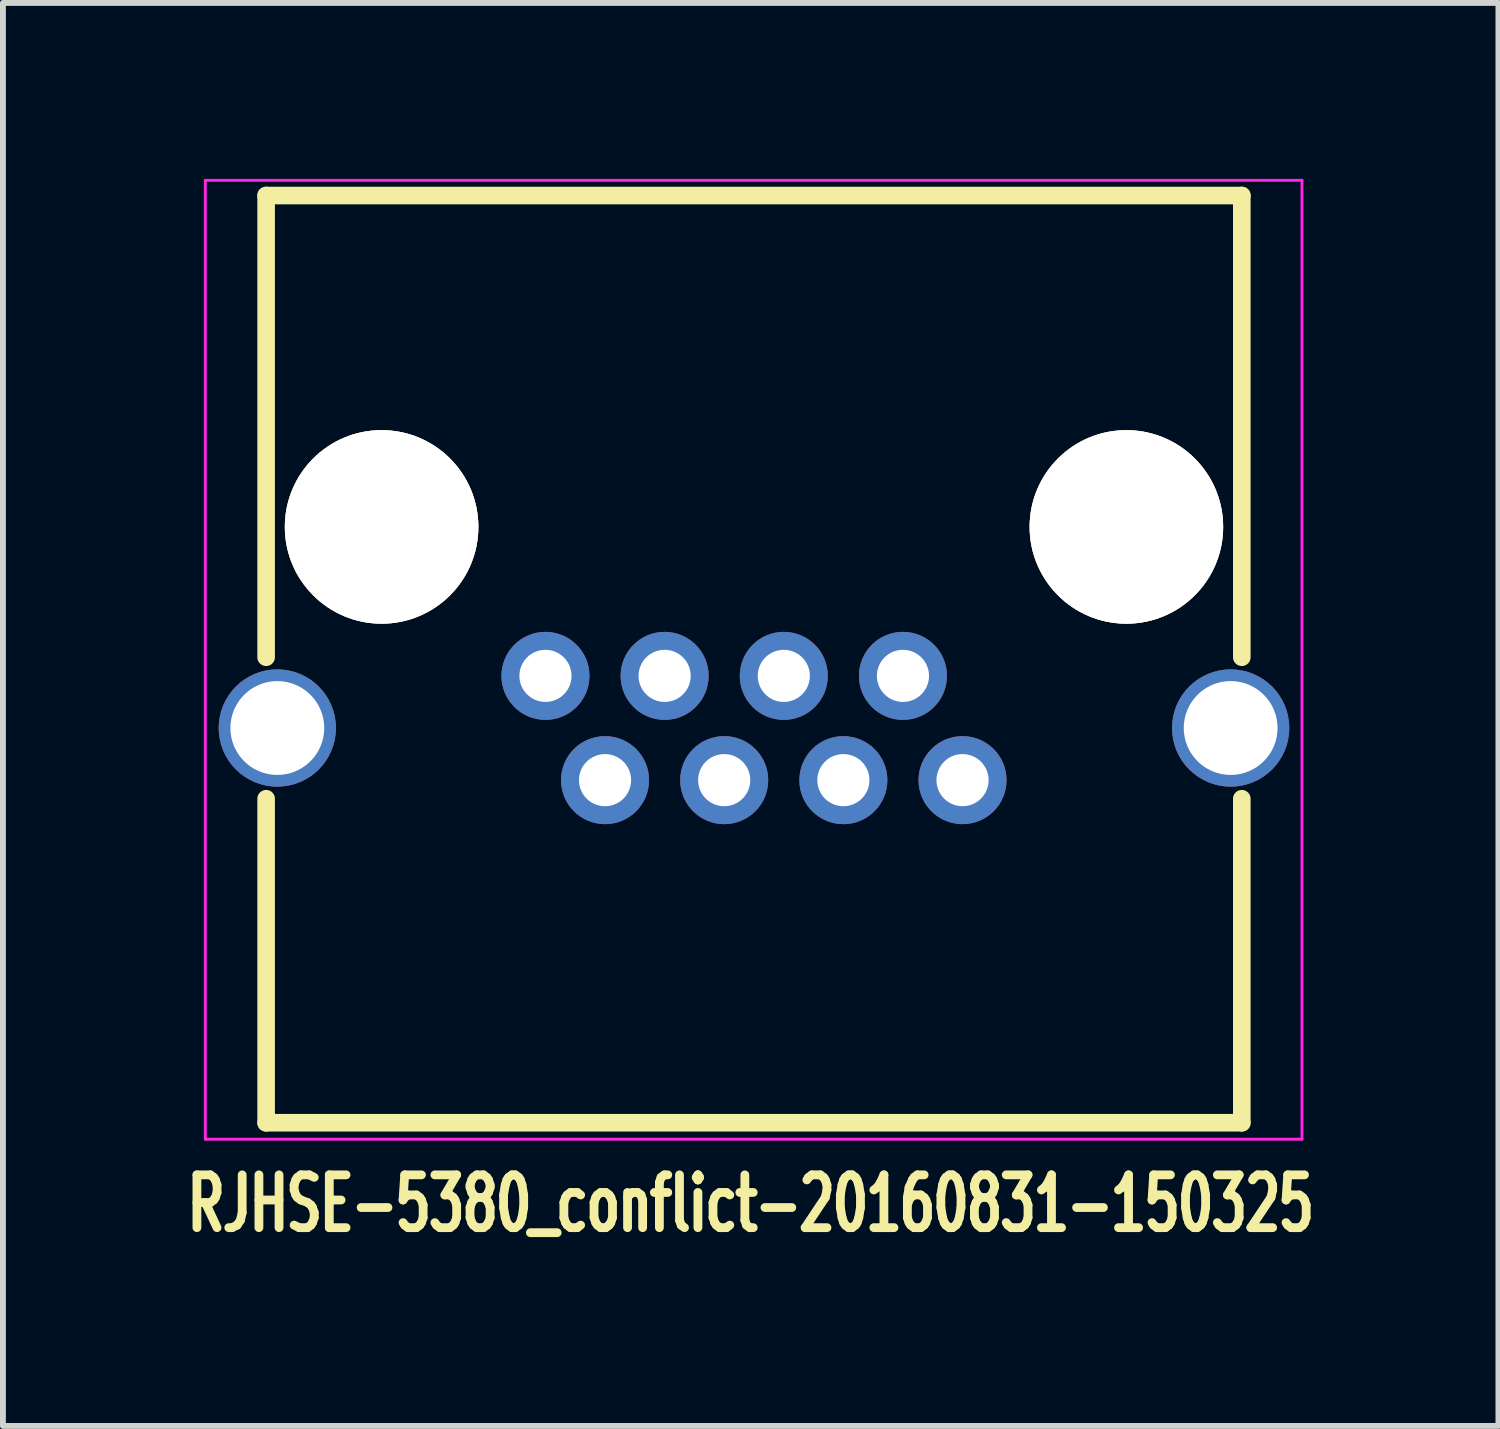
<source format=kicad_pcb>
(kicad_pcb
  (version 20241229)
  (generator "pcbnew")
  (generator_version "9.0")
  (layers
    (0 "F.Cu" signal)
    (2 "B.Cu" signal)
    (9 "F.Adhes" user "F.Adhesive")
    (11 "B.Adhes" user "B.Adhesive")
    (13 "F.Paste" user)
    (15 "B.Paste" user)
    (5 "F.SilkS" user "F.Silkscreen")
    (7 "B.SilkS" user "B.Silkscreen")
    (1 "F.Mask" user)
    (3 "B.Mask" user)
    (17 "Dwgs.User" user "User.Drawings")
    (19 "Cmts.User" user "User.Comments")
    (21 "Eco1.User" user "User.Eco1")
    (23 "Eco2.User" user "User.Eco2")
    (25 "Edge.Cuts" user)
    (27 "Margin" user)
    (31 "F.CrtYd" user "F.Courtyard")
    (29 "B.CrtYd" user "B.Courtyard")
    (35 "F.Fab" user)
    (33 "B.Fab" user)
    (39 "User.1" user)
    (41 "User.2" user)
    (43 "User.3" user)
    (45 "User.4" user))
  (footprint "RJHSE-5380_conflict-20160831-150325"
    (layer "F.Cu")
    (at 6.251 8.475)
    (property "Reference" "RJHSE-5380_conflict-20160831-150325" (at 3.5 9 0) (layer "F.SilkS") (effects (font (size 0.9 0.6) (thickness 0.15))))
    (attr through_hole)
    (fp_line (start -4.763 -8.191) (end -4.763 -0.318) (stroke (width 0.3) (type solid)) (layer "F.SilkS"))
    (fp_line (start -4.763 7.62) (end -4.763 2.095) (stroke (width 0.3) (type solid)) (layer "F.SilkS"))
    (fp_line (start 11.874 -8.191) (end -4.763 -8.191) (stroke (width 0.3) (type solid)) (layer "F.SilkS"))
    (fp_line (start 11.874 -8.191) (end 11.874 -0.318) (stroke (width 0.3) (type solid)) (layer "F.SilkS"))
    (fp_line (start 11.874 7.62) (end -4.763 7.62) (stroke (width 0.3) (type solid)) (layer "F.SilkS"))
    (fp_line (start 11.874 7.62) (end 11.874 2.095) (stroke (width 0.3) (type solid)) (layer "F.SilkS"))
    (fp_line (start -5.8 -8.45) (end -5.8 7.9) (stroke (width 0.05) (type solid)) (layer "F.CrtYd"))
    (fp_line (start -5.8 7.9) (end 12.9 7.9) (stroke (width 0.05) (type solid)) (layer "F.CrtYd"))
    (fp_line (start 12.9 -8.45) (end -5.8 -8.45) (stroke (width 0.05) (type solid)) (layer "F.CrtYd"))
    (fp_line (start 12.9 7.9) (end 12.9 -8.45) (stroke (width 0.05) (type solid)) (layer "F.CrtYd"))
    (pad "" thru_hole circle (at -2.794 -2.54) (size 3.3 3.3) (drill 3.3) (layers "*.Cu" "*.Mask" "F.SilkS"))
    (pad "" thru_hole circle (at 9.906 -2.54) (size 3.3 3.3) (drill 3.3) (layers "*.Cu" "*.Mask" "F.SilkS"))
    (pad "1" thru_hole circle (at 0 0) (size 1.501 1.501) (drill 0.889) (layers "*.Cu" "*.Mask"))
    (pad "2" thru_hole circle (at 1.016 1.778) (size 1.501 1.501) (drill 0.889) (layers "*.Cu" "*.Mask"))
    (pad "3" thru_hole circle (at 2.032 0) (size 1.501 1.501) (drill 0.889) (layers "*.Cu" "*.Mask"))
    (pad "4" thru_hole circle (at 3.048 1.778) (size 1.501 1.501) (drill 0.889) (layers "*.Cu" "*.Mask"))
    (pad "5" thru_hole circle (at 4.064 0) (size 1.501 1.501) (drill 0.889) (layers "*.Cu" "*.Mask"))
    (pad "6" thru_hole circle (at 5.08 1.778) (size 1.501 1.501) (drill 0.889) (layers "*.Cu" "*.Mask"))
    (pad "7" thru_hole circle (at 6.096 0) (size 1.501 1.501) (drill 0.889) (layers "*.Cu" "*.Mask"))
    (pad "8" thru_hole circle (at 7.112 1.778) (size 1.501 1.501) (drill 0.889) (layers "*.Cu" "*.Mask"))
    (pad "9" thru_hole circle (at -4.572 0.889) (size 2 2) (drill 1.6) (layers "*.Cu" "*.Mask"))
    (pad "9" thru_hole circle (at 11.684 0.889) (size 2 2) (drill 1.6) (layers "*.Cu" "*.Mask")))
  (gr_rect
    (start -3 -3)
    (end 22.501 21.265)
    (stroke (width 0.1) (type default))
    (fill no)
    (layer "Edge.Cuts")))
</source>
